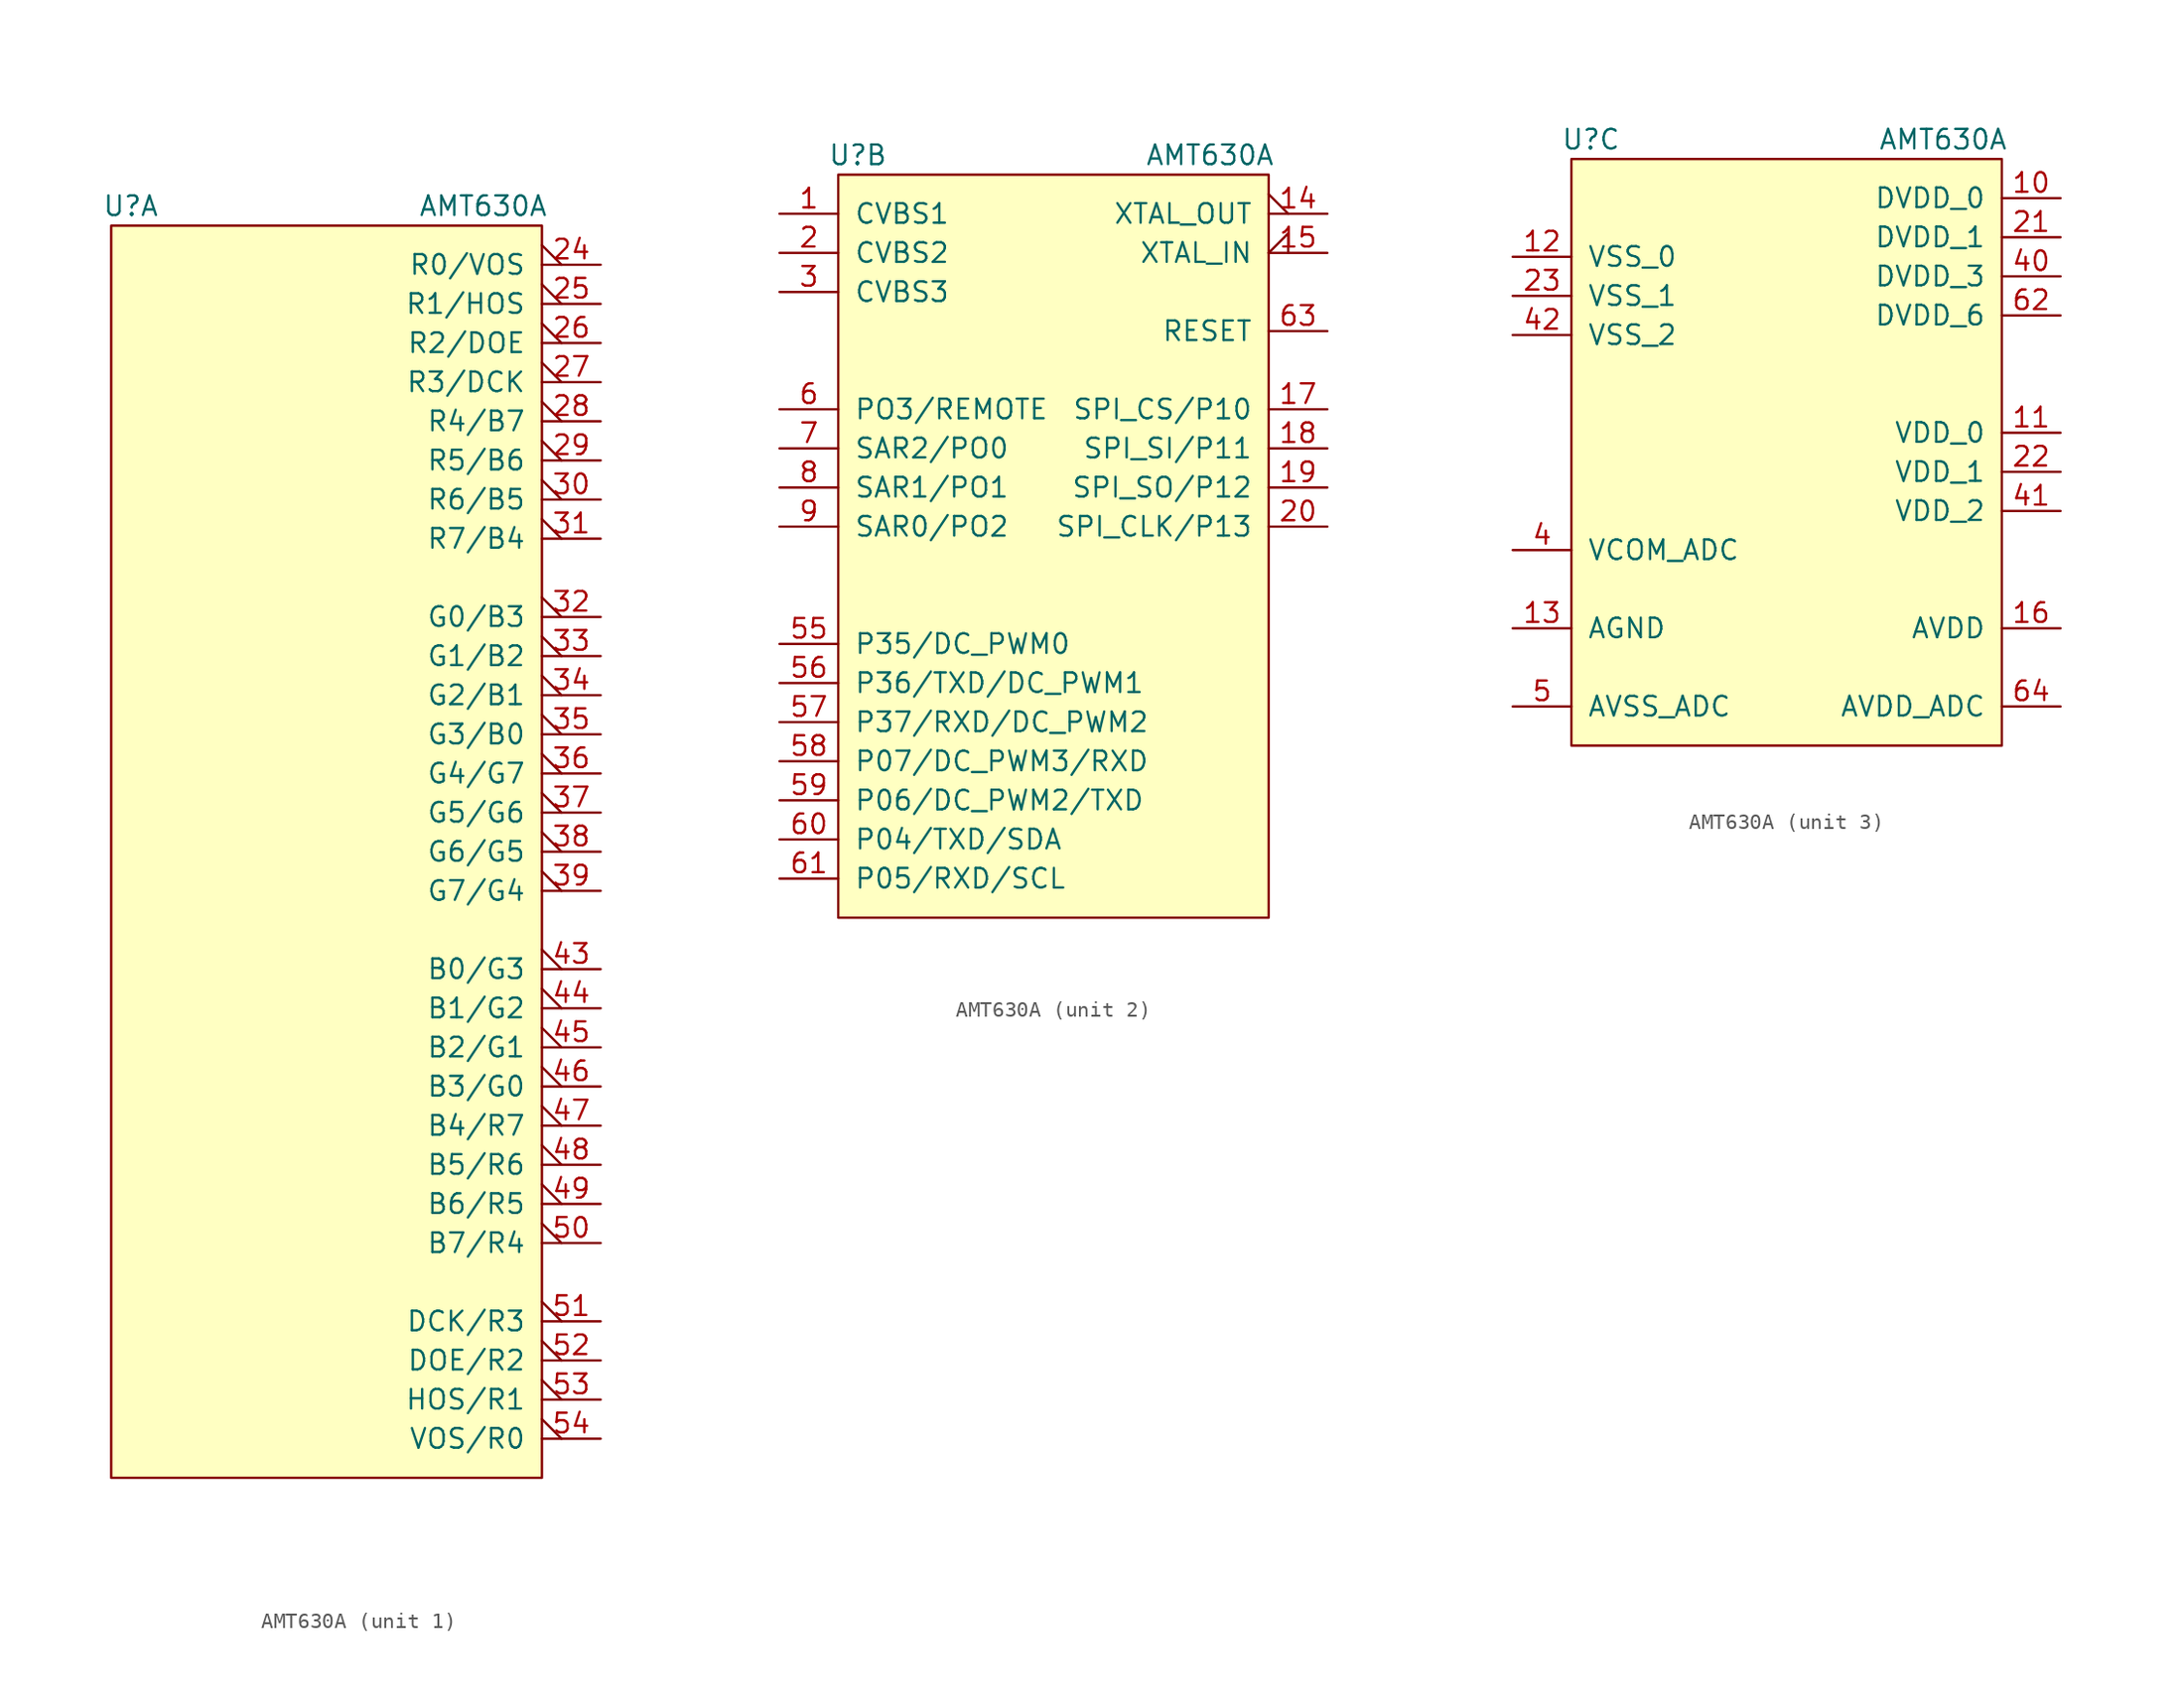
<source format=kicad_sym>
(kicad_symbol_lib
  (version 20211014)
  (generator kicad_symbol_editor)
  (symbol "AMT630A"
    (pin_names
      (offset 1.016))
    (property "Reference" "U"
      (at 1.27 1.27 0)
      (effects (font (size 1.27 1.27))))
    (property "Value" "AMT630A"
      (at 24.13 1.27 0)
      (effects (font (size 1.27 1.27))))
    (symbol "AMT630A_1_1"
      (rectangle (start 27.94 -81.28) (end 0 0) (stroke (width 0) (type default) (color 0 0 0 0)) (fill (type background)))
      (pin output output_low (at 31.75 -2.54 180) (length 3.81) (name "R0/VOS" (effects (font (size 1.27 1.27)))) (number "24" (effects (font (size 1.27 1.27)))))
      (pin output output_low (at 31.75 -5.08 180) (length 3.81) (name "R1/HOS" (effects (font (size 1.27 1.27)))) (number "25" (effects (font (size 1.27 1.27)))))
      (pin output output_low (at 31.75 -7.62 180) (length 3.81) (name "R2/DOE" (effects (font (size 1.27 1.27)))) (number "26" (effects (font (size 1.27 1.27)))))
      (pin output output_low (at 31.75 -10.16 180) (length 3.81) (name "R3/DCK" (effects (font (size 1.27 1.27)))) (number "27" (effects (font (size 1.27 1.27)))))
      (pin output output_low (at 31.75 -12.7 180) (length 3.81) (name "R4/B7" (effects (font (size 1.27 1.27)))) (number "28" (effects (font (size 1.27 1.27)))))
      (pin output output_low (at 31.75 -15.24 180) (length 3.81) (name "R5/B6" (effects (font (size 1.27 1.27)))) (number "29" (effects (font (size 1.27 1.27)))))
      (pin output output_low (at 31.75 -17.78 180) (length 3.81) (name "R6/B5" (effects (font (size 1.27 1.27)))) (number "30" (effects (font (size 1.27 1.27)))))
      (pin output output_low (at 31.75 -20.32 180) (length 3.81) (name "R7/B4" (effects (font (size 1.27 1.27)))) (number "31" (effects (font (size 1.27 1.27)))))
      (pin output output_low (at 31.75 -25.4 180) (length 3.81) (name "G0/B3" (effects (font (size 1.27 1.27)))) (number "32" (effects (font (size 1.27 1.27)))))
      (pin output output_low (at 31.75 -27.94 180) (length 3.81) (name "G1/B2" (effects (font (size 1.27 1.27)))) (number "33" (effects (font (size 1.27 1.27)))))
      (pin output output_low (at 31.75 -30.48 180) (length 3.81) (name "G2/B1" (effects (font (size 1.27 1.27)))) (number "34" (effects (font (size 1.27 1.27)))))
      (pin output output_low (at 31.75 -33.02 180) (length 3.81) (name "G3/B0" (effects (font (size 1.27 1.27)))) (number "35" (effects (font (size 1.27 1.27)))))
      (pin output output_low (at 31.75 -35.56 180) (length 3.81) (name "G4/G7" (effects (font (size 1.27 1.27)))) (number "36" (effects (font (size 1.27 1.27)))))
      (pin output output_low (at 31.75 -38.1 180) (length 3.81) (name "G5/G6" (effects (font (size 1.27 1.27)))) (number "37" (effects (font (size 1.27 1.27)))))
      (pin output output_low (at 31.75 -40.64 180) (length 3.81) (name "G6/G5" (effects (font (size 1.27 1.27)))) (number "38" (effects (font (size 1.27 1.27)))))
      (pin output output_low (at 31.75 -43.18 180) (length 3.81) (name "G7/G4" (effects (font (size 1.27 1.27)))) (number "39" (effects (font (size 1.27 1.27)))))
      (pin output output_low (at 31.75 -48.26 180) (length 3.81) (name "B0/G3" (effects (font (size 1.27 1.27)))) (number "43" (effects (font (size 1.27 1.27)))))
      (pin output output_low (at 31.75 -50.8 180) (length 3.81) (name "B1/G2" (effects (font (size 1.27 1.27)))) (number "44" (effects (font (size 1.27 1.27)))))
      (pin output output_low (at 31.75 -53.34 180) (length 3.81) (name "B2/G1" (effects (font (size 1.27 1.27)))) (number "45" (effects (font (size 1.27 1.27)))))
      (pin output output_low (at 31.75 -55.88 180) (length 3.81) (name "B3/G0" (effects (font (size 1.27 1.27)))) (number "46" (effects (font (size 1.27 1.27)))))
      (pin output output_low (at 31.75 -58.42 180) (length 3.81) (name "B4/R7" (effects (font (size 1.27 1.27)))) (number "47" (effects (font (size 1.27 1.27)))))
      (pin output output_low (at 31.75 -60.96 180) (length 3.81) (name "B5/R6" (effects (font (size 1.27 1.27)))) (number "48" (effects (font (size 1.27 1.27)))))
      (pin output output_low (at 31.75 -63.5 180) (length 3.81) (name "B6/R5" (effects (font (size 1.27 1.27)))) (number "49" (effects (font (size 1.27 1.27)))))
      (pin output output_low (at 31.75 -66.04 180) (length 3.81) (name "B7/R4" (effects (font (size 1.27 1.27)))) (number "50" (effects (font (size 1.27 1.27)))))
      (pin output output_low (at 31.75 -71.12 180) (length 3.81) (name "DCK/R3" (effects (font (size 1.27 1.27)))) (number "51" (effects (font (size 1.27 1.27)))))
      (pin output output_low (at 31.75 -73.66 180) (length 3.81) (name "DOE/R2" (effects (font (size 1.27 1.27)))) (number "52" (effects (font (size 1.27 1.27)))))
      (pin output output_low (at 31.75 -76.2 180) (length 3.81) (name "HOS/R1" (effects (font (size 1.27 1.27)))) (number "53" (effects (font (size 1.27 1.27)))))
      (pin output output_low (at 31.75 -78.74 180) (length 3.81) (name "VOS/R0" (effects (font (size 1.27 1.27)))) (number "54" (effects (font (size 1.27 1.27))))))
    (symbol "AMT630A_2_1"
      (rectangle (start 27.94 -48.26) (end 0 0) (stroke (width 0) (type default) (color 0 0 0 0)) (fill (type background)))
      (pin passive line (at -3.81 -2.54 0) (length 3.81) (name "CVBS1" (effects (font (size 1.27 1.27)))) (number "1" (effects (font (size 1.27 1.27)))))
      (pin passive output_low (at 31.75 -2.54 180) (length 3.81) (name "XTAL_OUT" (effects (font (size 1.27 1.27)))) (number "14" (effects (font (size 1.27 1.27)))))
      (pin passive input_low (at 31.75 -5.08 180) (length 3.81) (name "XTAL_IN" (effects (font (size 1.27 1.27)))) (number "15" (effects (font (size 1.27 1.27)))))
      (pin passive line (at 31.75 -15.24 180) (length 3.81) (name "SPI_CS/P10" (effects (font (size 1.27 1.27)))) (number "17" (effects (font (size 1.27 1.27)))))
      (pin passive line (at 31.75 -17.78 180) (length 3.81) (name "SPI_SI/P11" (effects (font (size 1.27 1.27)))) (number "18" (effects (font (size 1.27 1.27)))))
      (pin passive line (at 31.75 -20.32 180) (length 3.81) (name "SPI_SO/P12" (effects (font (size 1.27 1.27)))) (number "19" (effects (font (size 1.27 1.27)))))
      (pin passive line (at -3.81 -5.08 0) (length 3.81) (name "CVBS2" (effects (font (size 1.27 1.27)))) (number "2" (effects (font (size 1.27 1.27)))))
      (pin passive line (at 31.75 -22.86 180) (length 3.81) (name "SPI_CLK/P13" (effects (font (size 1.27 1.27)))) (number "20" (effects (font (size 1.27 1.27)))))
      (pin passive line (at -3.81 -7.62 0) (length 3.81) (name "CVBS3" (effects (font (size 1.27 1.27)))) (number "3" (effects (font (size 1.27 1.27)))))
      (pin passive line (at -3.81 -30.48 0) (length 3.81) (name "P35/DC_PWM0" (effects (font (size 1.27 1.27)))) (number "55" (effects (font (size 1.27 1.27)))))
      (pin passive line (at -3.81 -33.02 0) (length 3.81) (name "P36/TXD/DC_PWM1" (effects (font (size 1.27 1.27)))) (number "56" (effects (font (size 1.27 1.27)))))
      (pin passive line (at -3.81 -35.56 0) (length 3.81) (name "P37/RXD/DC_PWM2" (effects (font (size 1.27 1.27)))) (number "57" (effects (font (size 1.27 1.27)))))
      (pin passive line (at -3.81 -38.1 0) (length 3.81) (name "P07/DC_PWM3/RXD" (effects (font (size 1.27 1.27)))) (number "58" (effects (font (size 1.27 1.27)))))
      (pin passive line (at -3.81 -40.64 0) (length 3.81) (name "P06/DC_PWM2/TXD" (effects (font (size 1.27 1.27)))) (number "59" (effects (font (size 1.27 1.27)))))
      (pin passive line (at -3.81 -15.24 0) (length 3.81) (name "PO3/REMOTE" (effects (font (size 1.27 1.27)))) (number "6" (effects (font (size 1.27 1.27)))))
      (pin passive line (at -3.81 -43.18 0) (length 3.81) (name "P04/TXD/SDA" (effects (font (size 1.27 1.27)))) (number "60" (effects (font (size 1.27 1.27)))))
      (pin passive line (at -3.81 -45.72 0) (length 3.81) (name "P05/RXD/SCL" (effects (font (size 1.27 1.27)))) (number "61" (effects (font (size 1.27 1.27)))))
      (pin passive line (at 31.75 -10.16 180) (length 3.81) (name "RESET" (effects (font (size 1.27 1.27)))) (number "63" (effects (font (size 1.27 1.27)))))
      (pin passive line (at -3.81 -17.78 0) (length 3.81) (name "SAR2/PO0" (effects (font (size 1.27 1.27)))) (number "7" (effects (font (size 1.27 1.27)))))
      (pin passive line (at -3.81 -20.32 0) (length 3.81) (name "SAR1/PO1" (effects (font (size 1.27 1.27)))) (number "8" (effects (font (size 1.27 1.27)))))
      (pin passive line (at -3.81 -22.86 0) (length 3.81) (name "SAR0/PO2" (effects (font (size 1.27 1.27)))) (number "9" (effects (font (size 1.27 1.27))))))
    (symbol "AMT630A_3_1"
      (rectangle (start 27.94 -38.1) (end 0 0) (stroke (width 0) (type default) (color 0 0 0 0)) (fill (type background)))
      (pin power_in line (at 31.75 -2.54 180) (length 3.81) (name "DVDD_0" (effects (font (size 1.27 1.27)))) (number "10" (effects (font (size 1.27 1.27)))))
      (pin power_out line (at 31.75 -17.78 180) (length 3.81) (name "VDD_0" (effects (font (size 1.27 1.27)))) (number "11" (effects (font (size 1.27 1.27)))))
      (pin power_in line (at -3.81 -6.35 0) (length 3.81) (name "VSS_0" (effects (font (size 1.27 1.27)))) (number "12" (effects (font (size 1.27 1.27)))))
      (pin passive line (at -3.81 -30.48 0) (length 3.81) (name "AGND" (effects (font (size 1.27 1.27)))) (number "13" (effects (font (size 1.27 1.27)))))
      (pin passive line (at 31.75 -30.48 180) (length 3.81) (name "AVDD" (effects (font (size 1.27 1.27)))) (number "16" (effects (font (size 1.27 1.27)))))
      (pin power_in line (at 31.75 -5.08 180) (length 3.81) (name "DVDD_1" (effects (font (size 1.27 1.27)))) (number "21" (effects (font (size 1.27 1.27)))))
      (pin power_out line (at 31.75 -20.32 180) (length 3.81) (name "VDD_1" (effects (font (size 1.27 1.27)))) (number "22" (effects (font (size 1.27 1.27)))))
      (pin power_in line (at -3.81 -8.89 0) (length 3.81) (name "VSS_1" (effects (font (size 1.27 1.27)))) (number "23" (effects (font (size 1.27 1.27)))))
      (pin passive line (at -3.81 -25.4 0) (length 3.81) (name "VCOM_ADC" (effects (font (size 1.27 1.27)))) (number "4" (effects (font (size 1.27 1.27)))))
      (pin power_in line (at 31.75 -7.62 180) (length 3.81) (name "DVDD_3" (effects (font (size 1.27 1.27)))) (number "40" (effects (font (size 1.27 1.27)))))
      (pin power_out line (at 31.75 -22.86 180) (length 3.81) (name "VDD_2" (effects (font (size 1.27 1.27)))) (number "41" (effects (font (size 1.27 1.27)))))
      (pin power_in line (at -3.81 -11.43 0) (length 3.81) (name "VSS_2" (effects (font (size 1.27 1.27)))) (number "42" (effects (font (size 1.27 1.27)))))
      (pin passive line (at -3.81 -35.56 0) (length 3.81) (name "AVSS_ADC" (effects (font (size 1.27 1.27)))) (number "5" (effects (font (size 1.27 1.27)))))
      (pin power_in line (at 31.75 -10.16 180) (length 3.81) (name "DVDD_6" (effects (font (size 1.27 1.27)))) (number "62" (effects (font (size 1.27 1.27)))))
      (pin passive line (at 31.75 -35.56 180) (length 3.81) (name "AVDD_ADC" (effects (font (size 1.27 1.27)))) (number "64" (effects (font (size 1.27 1.27))))))))
</source>
